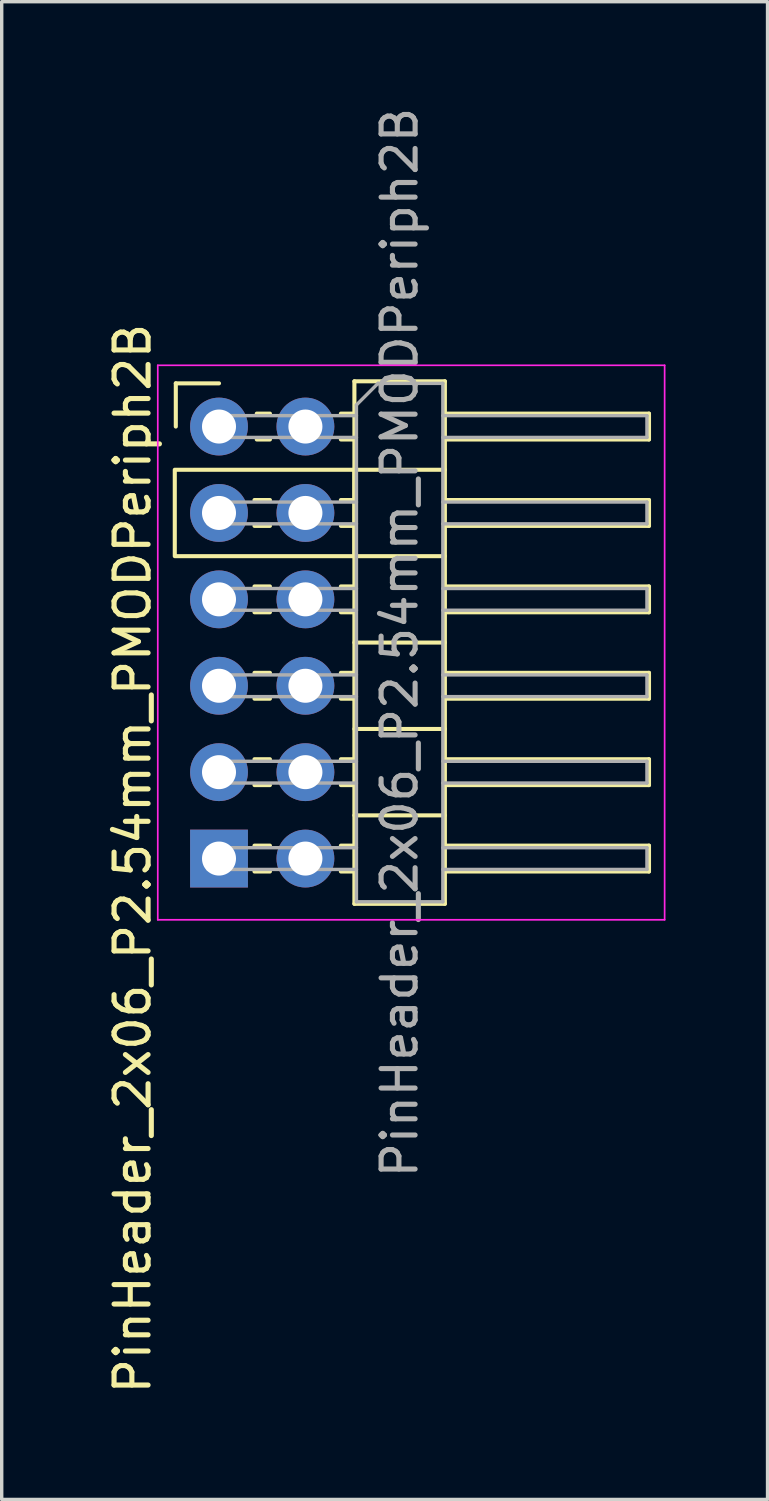
<source format=kicad_pcb>
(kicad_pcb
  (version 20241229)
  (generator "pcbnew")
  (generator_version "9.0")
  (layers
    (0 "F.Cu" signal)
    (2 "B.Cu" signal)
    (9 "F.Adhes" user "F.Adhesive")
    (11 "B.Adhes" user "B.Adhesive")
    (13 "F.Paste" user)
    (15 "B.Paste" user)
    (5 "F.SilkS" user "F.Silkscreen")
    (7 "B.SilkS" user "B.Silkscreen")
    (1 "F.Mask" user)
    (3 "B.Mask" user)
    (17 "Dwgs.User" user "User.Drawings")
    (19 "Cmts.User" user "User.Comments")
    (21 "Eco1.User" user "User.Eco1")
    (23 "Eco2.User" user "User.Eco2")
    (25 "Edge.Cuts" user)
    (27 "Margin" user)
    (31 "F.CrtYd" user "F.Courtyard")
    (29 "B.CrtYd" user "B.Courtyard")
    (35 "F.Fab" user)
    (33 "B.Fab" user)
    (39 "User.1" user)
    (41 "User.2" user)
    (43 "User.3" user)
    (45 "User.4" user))
  (footprint "PinHeader_2x06_P2.54mm_PMODPeriph2B"
    (layer "F.Cu")
    (at 3.388 9.489)
    (property "Reference" "PinHeader_2x06_P2.54mm_PMODPeriph2B" (at -2.54 12.7 270) (layer "F.SilkS") (effects (font (size 1 1) (thickness 0.15))))
    (attr through_hole)
    (fp_line (start -1.27 -1.27) (end 0 -1.27) (stroke (width 0.12) (type solid)) (layer "F.SilkS"))
    (fp_line (start -1.27 0) (end -1.27 -1.27) (stroke (width 0.12) (type solid)) (layer "F.SilkS"))
    (fp_line (start 1.043 2.16) (end 1.497 2.16) (stroke (width 0.12) (type solid)) (layer "F.SilkS"))
    (fp_line (start 1.043 2.92) (end 1.497 2.92) (stroke (width 0.12) (type solid)) (layer "F.SilkS"))
    (fp_line (start 1.043 4.7) (end 1.497 4.7) (stroke (width 0.12) (type solid)) (layer "F.SilkS"))
    (fp_line (start 1.043 5.46) (end 1.497 5.46) (stroke (width 0.12) (type solid)) (layer "F.SilkS"))
    (fp_line (start 1.043 7.24) (end 1.497 7.24) (stroke (width 0.12) (type solid)) (layer "F.SilkS"))
    (fp_line (start 1.043 8) (end 1.497 8) (stroke (width 0.12) (type solid)) (layer "F.SilkS"))
    (fp_line (start 1.043 9.78) (end 1.497 9.78) (stroke (width 0.12) (type solid)) (layer "F.SilkS"))
    (fp_line (start 1.043 10.54) (end 1.497 10.54) (stroke (width 0.12) (type solid)) (layer "F.SilkS"))
    (fp_line (start 1.043 12.32) (end 1.497 12.32) (stroke (width 0.12) (type solid)) (layer "F.SilkS"))
    (fp_line (start 1.043 13.08) (end 1.497 13.08) (stroke (width 0.12) (type solid)) (layer "F.SilkS"))
    (fp_line (start 1.11 -0.38) (end 1.497 -0.38) (stroke (width 0.12) (type solid)) (layer "F.SilkS"))
    (fp_line (start 1.11 0.38) (end 1.497 0.38) (stroke (width 0.12) (type solid)) (layer "F.SilkS"))
    (fp_line (start 3.583 -0.38) (end 3.98 -0.38) (stroke (width 0.12) (type solid)) (layer "F.SilkS"))
    (fp_line (start 3.583 0.38) (end 3.98 0.38) (stroke (width 0.12) (type solid)) (layer "F.SilkS"))
    (fp_line (start 3.583 2.16) (end 3.98 2.16) (stroke (width 0.12) (type solid)) (layer "F.SilkS"))
    (fp_line (start 3.583 2.92) (end 3.98 2.92) (stroke (width 0.12) (type solid)) (layer "F.SilkS"))
    (fp_line (start 3.583 4.7) (end 3.98 4.7) (stroke (width 0.12) (type solid)) (layer "F.SilkS"))
    (fp_line (start 3.583 5.46) (end 3.98 5.46) (stroke (width 0.12) (type solid)) (layer "F.SilkS"))
    (fp_line (start 3.583 7.24) (end 3.98 7.24) (stroke (width 0.12) (type solid)) (layer "F.SilkS"))
    (fp_line (start 3.583 8) (end 3.98 8) (stroke (width 0.12) (type solid)) (layer "F.SilkS"))
    (fp_line (start 3.583 9.78) (end 3.98 9.78) (stroke (width 0.12) (type solid)) (layer "F.SilkS"))
    (fp_line (start 3.583 10.54) (end 3.98 10.54) (stroke (width 0.12) (type solid)) (layer "F.SilkS"))
    (fp_line (start 3.583 12.32) (end 3.98 12.32) (stroke (width 0.12) (type solid)) (layer "F.SilkS"))
    (fp_line (start 3.583 13.08) (end 3.98 13.08) (stroke (width 0.12) (type solid)) (layer "F.SilkS"))
    (fp_line (start 3.98 -1.33) (end 3.98 14.03) (stroke (width 0.12) (type solid)) (layer "F.SilkS"))
    (fp_line (start 3.98 1.27) (end 6.64 1.27) (stroke (width 0.12) (type solid)) (layer "F.SilkS"))
    (fp_line (start 3.98 3.81) (end 6.64 3.81) (stroke (width 0.12) (type solid)) (layer "F.SilkS"))
    (fp_line (start 3.98 6.35) (end 6.64 6.35) (stroke (width 0.12) (type solid)) (layer "F.SilkS"))
    (fp_line (start 3.98 8.89) (end 6.64 8.89) (stroke (width 0.12) (type solid)) (layer "F.SilkS"))
    (fp_line (start 3.98 11.43) (end 6.64 11.43) (stroke (width 0.12) (type solid)) (layer "F.SilkS"))
    (fp_line (start 3.98 14.03) (end 6.64 14.03) (stroke (width 0.12) (type solid)) (layer "F.SilkS"))
    (fp_line (start 6.64 -1.33) (end 3.98 -1.33) (stroke (width 0.12) (type solid)) (layer "F.SilkS"))
    (fp_line (start 6.64 -0.38) (end 12.64 -0.38) (stroke (width 0.12) (type solid)) (layer "F.SilkS"))
    (fp_line (start 6.64 2.16) (end 12.64 2.16) (stroke (width 0.12) (type solid)) (layer "F.SilkS"))
    (fp_line (start 6.64 4.7) (end 12.64 4.7) (stroke (width 0.12) (type solid)) (layer "F.SilkS"))
    (fp_line (start 6.64 7.24) (end 12.64 7.24) (stroke (width 0.12) (type solid)) (layer "F.SilkS"))
    (fp_line (start 6.64 9.78) (end 12.64 9.78) (stroke (width 0.12) (type solid)) (layer "F.SilkS"))
    (fp_line (start 6.64 12.32) (end 12.64 12.32) (stroke (width 0.12) (type solid)) (layer "F.SilkS"))
    (fp_line (start 6.64 14.03) (end 6.64 -1.33) (stroke (width 0.12) (type solid)) (layer "F.SilkS"))
    (fp_line (start 12.64 -0.38) (end 12.64 0.38) (stroke (width 0.12) (type solid)) (layer "F.SilkS"))
    (fp_line (start 12.64 0.38) (end 6.64 0.38) (stroke (width 0.12) (type solid)) (layer "F.SilkS"))
    (fp_line (start 12.64 2.16) (end 12.64 2.92) (stroke (width 0.12) (type solid)) (layer "F.SilkS"))
    (fp_line (start 12.64 2.92) (end 6.64 2.92) (stroke (width 0.12) (type solid)) (layer "F.SilkS"))
    (fp_line (start 12.64 4.7) (end 12.64 5.46) (stroke (width 0.12) (type solid)) (layer "F.SilkS"))
    (fp_line (start 12.64 5.46) (end 6.64 5.46) (stroke (width 0.12) (type solid)) (layer "F.SilkS"))
    (fp_line (start 12.64 7.24) (end 12.64 8) (stroke (width 0.12) (type solid)) (layer "F.SilkS"))
    (fp_line (start 12.64 8) (end 6.64 8) (stroke (width 0.12) (type solid)) (layer "F.SilkS"))
    (fp_line (start 12.64 9.78) (end 12.64 10.54) (stroke (width 0.12) (type solid)) (layer "F.SilkS"))
    (fp_line (start 12.64 10.54) (end 6.64 10.54) (stroke (width 0.12) (type solid)) (layer "F.SilkS"))
    (fp_line (start 12.64 12.32) (end 12.64 13.08) (stroke (width 0.12) (type solid)) (layer "F.SilkS"))
    (fp_line (start 12.64 13.08) (end 6.64 13.08) (stroke (width 0.12) (type solid)) (layer "F.SilkS"))
    (fp_rect (start -1.3 1.27) (end 3.98 3.81) (stroke (width 0.12) (type default)) (fill no) (layer "F.SilkS"))
    (fp_line (start -1.8 -1.8) (end -1.8 14.5) (stroke (width 0.05) (type solid)) (layer "F.CrtYd"))
    (fp_line (start -1.8 14.5) (end 13.1 14.5) (stroke (width 0.05) (type solid)) (layer "F.CrtYd"))
    (fp_line (start 13.1 -1.8) (end -1.8 -1.8) (stroke (width 0.05) (type solid)) (layer "F.CrtYd"))
    (fp_line (start 13.1 14.5) (end 13.1 -1.8) (stroke (width 0.05) (type solid)) (layer "F.CrtYd"))
    (fp_line (start -0.32 -0.32) (end -0.32 0.32) (stroke (width 0.1) (type solid)) (layer "F.Fab"))
    (fp_line (start -0.32 -0.32) (end 4.04 -0.32) (stroke (width 0.1) (type solid)) (layer "F.Fab"))
    (fp_line (start -0.32 0.32) (end 4.04 0.32) (stroke (width 0.1) (type solid)) (layer "F.Fab"))
    (fp_line (start -0.32 2.22) (end -0.32 2.86) (stroke (width 0.1) (type solid)) (layer "F.Fab"))
    (fp_line (start -0.32 2.22) (end 4.04 2.22) (stroke (width 0.1) (type solid)) (layer "F.Fab"))
    (fp_line (start -0.32 2.86) (end 4.04 2.86) (stroke (width 0.1) (type solid)) (layer "F.Fab"))
    (fp_line (start -0.32 4.76) (end -0.32 5.4) (stroke (width 0.1) (type solid)) (layer "F.Fab"))
    (fp_line (start -0.32 4.76) (end 4.04 4.76) (stroke (width 0.1) (type solid)) (layer "F.Fab"))
    (fp_line (start -0.32 5.4) (end 4.04 5.4) (stroke (width 0.1) (type solid)) (layer "F.Fab"))
    (fp_line (start -0.32 7.3) (end -0.32 7.94) (stroke (width 0.1) (type solid)) (layer "F.Fab"))
    (fp_line (start -0.32 7.3) (end 4.04 7.3) (stroke (width 0.1) (type solid)) (layer "F.Fab"))
    (fp_line (start -0.32 7.94) (end 4.04 7.94) (stroke (width 0.1) (type solid)) (layer "F.Fab"))
    (fp_line (start -0.32 9.84) (end -0.32 10.48) (stroke (width 0.1) (type solid)) (layer "F.Fab"))
    (fp_line (start -0.32 9.84) (end 4.04 9.84) (stroke (width 0.1) (type solid)) (layer "F.Fab"))
    (fp_line (start -0.32 10.48) (end 4.04 10.48) (stroke (width 0.1) (type solid)) (layer "F.Fab"))
    (fp_line (start -0.32 12.38) (end -0.32 13.02) (stroke (width 0.1) (type solid)) (layer "F.Fab"))
    (fp_line (start -0.32 12.38) (end 4.04 12.38) (stroke (width 0.1) (type solid)) (layer "F.Fab"))
    (fp_line (start -0.32 13.02) (end 4.04 13.02) (stroke (width 0.1) (type solid)) (layer "F.Fab"))
    (fp_line (start 4.04 -0.635) (end 4.675 -1.27) (stroke (width 0.1) (type solid)) (layer "F.Fab"))
    (fp_line (start 4.04 13.97) (end 4.04 -0.635) (stroke (width 0.1) (type solid)) (layer "F.Fab"))
    (fp_line (start 4.675 -1.27) (end 6.58 -1.27) (stroke (width 0.1) (type solid)) (layer "F.Fab"))
    (fp_line (start 6.58 -1.27) (end 6.58 13.97) (stroke (width 0.1) (type solid)) (layer "F.Fab"))
    (fp_line (start 6.58 -0.32) (end 12.58 -0.32) (stroke (width 0.1) (type solid)) (layer "F.Fab"))
    (fp_line (start 6.58 0.32) (end 12.58 0.32) (stroke (width 0.1) (type solid)) (layer "F.Fab"))
    (fp_line (start 6.58 2.22) (end 12.58 2.22) (stroke (width 0.1) (type solid)) (layer "F.Fab"))
    (fp_line (start 6.58 2.86) (end 12.58 2.86) (stroke (width 0.1) (type solid)) (layer "F.Fab"))
    (fp_line (start 6.58 4.76) (end 12.58 4.76) (stroke (width 0.1) (type solid)) (layer "F.Fab"))
    (fp_line (start 6.58 5.4) (end 12.58 5.4) (stroke (width 0.1) (type solid)) (layer "F.Fab"))
    (fp_line (start 6.58 7.3) (end 12.58 7.3) (stroke (width 0.1) (type solid)) (layer "F.Fab"))
    (fp_line (start 6.58 7.94) (end 12.58 7.94) (stroke (width 0.1) (type solid)) (layer "F.Fab"))
    (fp_line (start 6.58 9.84) (end 12.58 9.84) (stroke (width 0.1) (type solid)) (layer "F.Fab"))
    (fp_line (start 6.58 10.48) (end 12.58 10.48) (stroke (width 0.1) (type solid)) (layer "F.Fab"))
    (fp_line (start 6.58 12.38) (end 12.58 12.38) (stroke (width 0.1) (type solid)) (layer "F.Fab"))
    (fp_line (start 6.58 13.02) (end 12.58 13.02) (stroke (width 0.1) (type solid)) (layer "F.Fab"))
    (fp_line (start 6.58 13.97) (end 4.04 13.97) (stroke (width 0.1) (type solid)) (layer "F.Fab"))
    (fp_line (start 12.58 -0.32) (end 12.58 0.32) (stroke (width 0.1) (type solid)) (layer "F.Fab"))
    (fp_line (start 12.58 2.22) (end 12.58 2.86) (stroke (width 0.1) (type solid)) (layer "F.Fab"))
    (fp_line (start 12.58 4.76) (end 12.58 5.4) (stroke (width 0.1) (type solid)) (layer "F.Fab"))
    (fp_line (start 12.58 7.3) (end 12.58 7.94) (stroke (width 0.1) (type solid)) (layer "F.Fab"))
    (fp_line (start 12.58 9.84) (end 12.58 10.48) (stroke (width 0.1) (type solid)) (layer "F.Fab"))
    (fp_line (start 12.58 12.38) (end 12.58 13.02) (stroke (width 0.1) (type solid)) (layer "F.Fab"))
    (fp_text user "${REFERENCE}" (at 5.31 6.35 90) (layer "F.Fab") (effects (font (size 1 1) (thickness 0.15))))
    (pad "1" thru_hole rect (at 0 12.7) (size 1.7 1.7) (drill 1) (layers "*.Cu" "*.Mask"))
    (pad "2" thru_hole oval (at 0 10.16) (size 1.7 1.7) (drill 1) (layers "*.Cu" "*.Mask"))
    (pad "3" thru_hole oval (at 0 7.62) (size 1.7 1.7) (drill 1) (layers "*.Cu" "*.Mask"))
    (pad "4" thru_hole oval (at 0 5.08) (size 1.7 1.7) (drill 1) (layers "*.Cu" "*.Mask"))
    (pad "5" thru_hole oval (at 0 2.54) (size 1.7 1.7) (drill 1) (layers "*.Cu" "*.Mask"))
    (pad "6" thru_hole circle (at 0 0) (size 1.7 1.7) (drill 1) (layers "*.Cu" "*.Mask"))
    (pad "7" thru_hole oval (at 2.54 12.7) (size 1.7 1.7) (drill 1) (layers "*.Cu" "*.Mask"))
    (pad "8" thru_hole oval (at 2.54 10.16) (size 1.7 1.7) (drill 1) (layers "*.Cu" "*.Mask"))
    (pad "9" thru_hole oval (at 2.54 7.62) (size 1.7 1.7) (drill 1) (layers "*.Cu" "*.Mask"))
    (pad "10" thru_hole oval (at 2.54 5.08) (size 1.7 1.7) (drill 1) (layers "*.Cu" "*.Mask"))
    (pad "11" thru_hole oval (at 2.54 2.54) (size 1.7 1.7) (drill 1) (layers "*.Cu" "*.Mask"))
    (pad "12" thru_hole oval (at 2.54 0) (size 1.7 1.7) (drill 1) (layers "*.Cu" "*.Mask")))
  (gr_rect
    (start -3 -3)
    (end 19.513 41.029)
    (stroke (width 0.1) (type default))
    (fill no)
    (layer "Edge.Cuts")))
</source>
